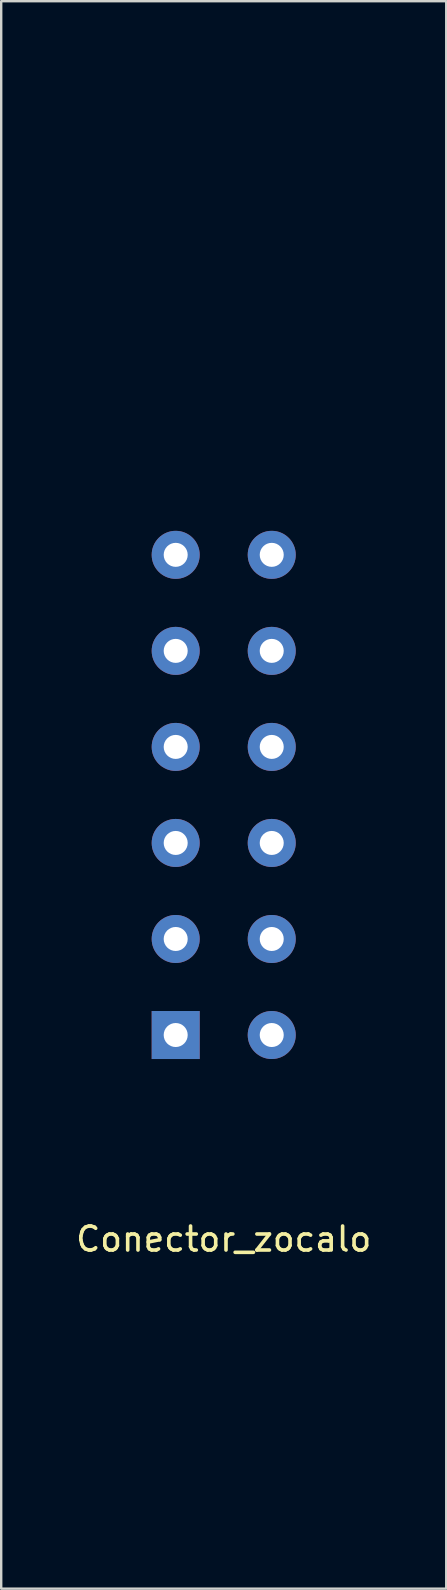
<source format=kicad_pcb>
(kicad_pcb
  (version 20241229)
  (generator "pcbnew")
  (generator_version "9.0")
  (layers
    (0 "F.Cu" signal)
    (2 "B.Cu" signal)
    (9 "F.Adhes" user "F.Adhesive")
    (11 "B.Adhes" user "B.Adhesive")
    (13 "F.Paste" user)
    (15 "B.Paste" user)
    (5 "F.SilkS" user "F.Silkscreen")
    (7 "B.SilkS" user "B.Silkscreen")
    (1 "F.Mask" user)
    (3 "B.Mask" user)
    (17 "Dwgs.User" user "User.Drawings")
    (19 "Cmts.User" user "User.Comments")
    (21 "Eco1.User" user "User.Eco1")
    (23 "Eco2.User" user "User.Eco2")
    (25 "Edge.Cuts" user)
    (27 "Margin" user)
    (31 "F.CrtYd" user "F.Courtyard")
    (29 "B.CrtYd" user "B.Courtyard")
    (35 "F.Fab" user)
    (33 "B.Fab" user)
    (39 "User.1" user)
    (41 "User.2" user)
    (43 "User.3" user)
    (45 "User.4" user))
  (footprint "Conector_zocalo"
    (layer "F.Cu")
    (at 6.268 40.06)
    (property "Reference" "Conector_zocalo" (at 0 8.5 0) (layer "F.SilkS") (effects (font (size 1 1) (thickness 0.15))))
    (attr through_hole)
    (fp_line (start -4 -40) (end 4 -40) (stroke (width 0.12) (type solid)) (layer "Eco2.User"))
    (fp_line (start -4 -22) (end 4 -22) (stroke (width 0.5) (type solid)) (layer "Eco2.User"))
    (fp_line (start -4 2) (end -4 -22) (stroke (width 0.5) (type solid)) (layer "Eco2.User"))
    (fp_line (start -4 20) (end 4 20) (stroke (width 0.12) (type solid)) (layer "Eco2.User"))
    (fp_line (start 4 -22) (end 4 2) (stroke (width 0.5) (type solid)) (layer "Eco2.User"))
    (fp_line (start 4 2) (end -4 2) (stroke (width 0.5) (type solid)) (layer "Eco2.User"))
    (pad "1" thru_hole rect (at -2 0) (size 2 2) (drill 1) (layers "*.Cu" "*.Mask"))
    (pad "2" thru_hole circle (at -2 -4) (size 2 2) (drill 1) (layers "*.Cu" "*.Mask"))
    (pad "3" thru_hole circle (at -2 -8) (size 2 2) (drill 1) (layers "*.Cu" "*.Mask"))
    (pad "4" thru_hole circle (at -2 -12) (size 2 2) (drill 1) (layers "*.Cu" "*.Mask"))
    (pad "5" thru_hole circle (at -2 -16) (size 2 2) (drill 1) (layers "*.Cu" "*.Mask"))
    (pad "6" thru_hole circle (at -2 -20) (size 2 2) (drill 1) (layers "*.Cu" "*.Mask"))
    (pad "A" thru_hole circle (at 2 0) (size 2 2) (drill 1) (layers "*.Cu" "*.Mask"))
    (pad "B" thru_hole circle (at 2 -4) (size 2 2) (drill 1) (layers "*.Cu" "*.Mask"))
    (pad "C" thru_hole circle (at 2 -8) (size 2 2) (drill 1) (layers "*.Cu" "*.Mask"))
    (pad "D" thru_hole circle (at 2 -12) (size 2 2) (drill 1) (layers "*.Cu" "*.Mask"))
    (pad "E" thru_hole circle (at 2 -16) (size 2 2) (drill 1) (layers "*.Cu" "*.Mask"))
    (pad "F" thru_hole circle (at 2 -20) (size 2 2) (drill 1) (layers "*.Cu" "*.Mask")))
  (gr_rect
    (start -3 -3)
    (end 15.536 63.12)
    (stroke (width 0.1) (type default))
    (fill no)
    (layer "Edge.Cuts")))
</source>
